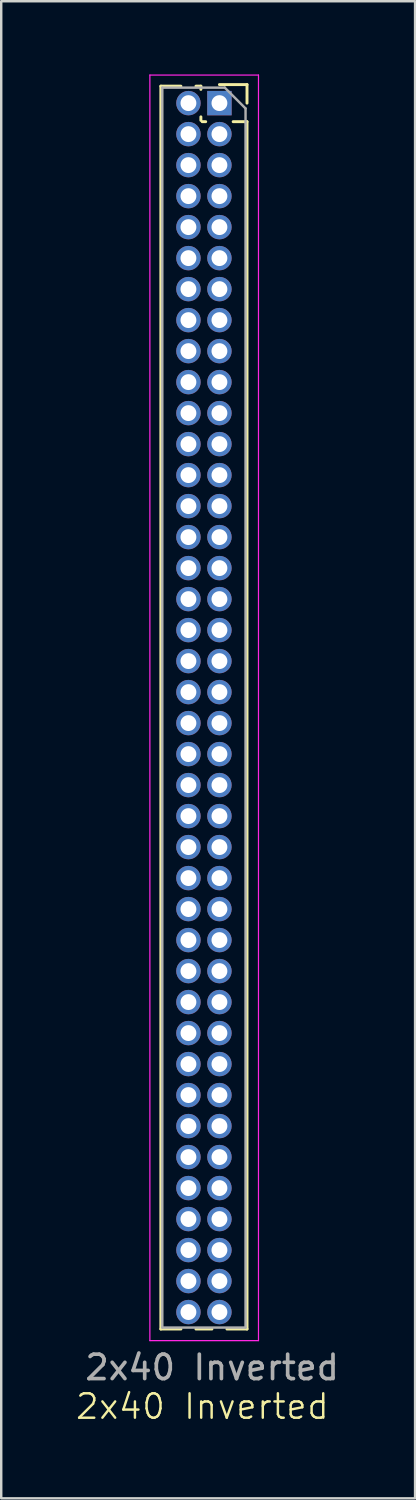
<source format=kicad_pcb>
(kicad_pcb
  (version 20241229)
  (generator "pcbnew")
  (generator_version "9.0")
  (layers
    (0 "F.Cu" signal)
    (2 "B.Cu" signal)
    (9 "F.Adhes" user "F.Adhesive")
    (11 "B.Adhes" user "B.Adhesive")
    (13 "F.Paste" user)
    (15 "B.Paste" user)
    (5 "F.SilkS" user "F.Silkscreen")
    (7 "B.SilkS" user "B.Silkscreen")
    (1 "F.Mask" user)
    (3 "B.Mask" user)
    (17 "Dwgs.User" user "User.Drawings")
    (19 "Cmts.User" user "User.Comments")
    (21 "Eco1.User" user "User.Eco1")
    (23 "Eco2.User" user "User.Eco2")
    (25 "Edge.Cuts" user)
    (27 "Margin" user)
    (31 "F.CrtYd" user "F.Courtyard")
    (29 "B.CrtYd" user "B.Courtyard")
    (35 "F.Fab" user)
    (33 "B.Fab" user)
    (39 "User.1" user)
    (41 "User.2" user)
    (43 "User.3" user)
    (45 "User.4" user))
  (footprint "2x40 Inverted"
    (layer "F.Cu")
    (at 5.29 25.175)
    (property "Reference" "2x40 Inverted" (at -0.05 29.4 0) (unlocked yes) (layer "F.SilkS") (effects (font (size 1 1) (thickness 0.1))))
    (attr through_hole)
    (fp_line (start -1.75 -24.695) (end -1.75 26.225) (stroke (width 0.12) (type solid)) (layer "F.SilkS"))
    (fp_line (start -0.928 -24.695) (end -1.75 -24.695) (stroke (width 0.12) (type solid)) (layer "F.SilkS"))
    (fp_line (start -0.928 26.225) (end -1.75 26.225) (stroke (width 0.12) (type solid)) (layer "F.SilkS"))
    (fp_line (start -0.11 -24.695) (end -0.312 -24.695) (stroke (width 0.12) (type solid)) (layer "F.SilkS"))
    (fp_line (start -0.11 -24.563) (end -0.11 -24.695) (stroke (width 0.12) (type solid)) (layer "F.SilkS"))
    (fp_line (start -0.11 -23.293) (end -0.11 -23.437) (stroke (width 0.12) (type solid)) (layer "F.SilkS"))
    (fp_line (start 0.087 -23.24) (end -0.057 -23.24) (stroke (width 0.12) (type solid)) (layer "F.SilkS"))
    (fp_line (start 0.342 26.225) (end -0.312 26.225) (stroke (width 0.12) (type solid)) (layer "F.SilkS"))
    (fp_line (start 1.78 -24.76) (end 0.65 -24.76) (stroke (width 0.12) (type solid)) (layer "F.SilkS"))
    (fp_line (start 1.78 -24) (end 1.78 -24.76) (stroke (width 0.12) (type solid)) (layer "F.SilkS"))
    (fp_line (start 1.78 -23.24) (end 1.213 -23.24) (stroke (width 0.12) (type solid)) (layer "F.SilkS"))
    (fp_line (start 1.78 -23.24) (end 1.78 26.225) (stroke (width 0.12) (type solid)) (layer "F.SilkS"))
    (fp_line (start 1.78 26.225) (end 0.958 26.225) (stroke (width 0.12) (type solid)) (layer "F.SilkS"))
    (fp_line (start -2.2 -25.15) (end 2.25 -25.15) (stroke (width 0.05) (type solid)) (layer "F.CrtYd"))
    (fp_line (start -2.2 26.7) (end -2.2 -25.15) (stroke (width 0.05) (type solid)) (layer "F.CrtYd"))
    (fp_line (start 2.25 -25.15) (end 2.25 26.7) (stroke (width 0.05) (type solid)) (layer "F.CrtYd"))
    (fp_line (start 2.25 26.7) (end -2.2 26.7) (stroke (width 0.05) (type solid)) (layer "F.CrtYd"))
    (fp_line (start -1.69 -24.635) (end -1.69 26.165) (stroke (width 0.1) (type solid)) (layer "F.Fab"))
    (fp_line (start -1.69 26.165) (end 1.72 26.165) (stroke (width 0.1) (type solid)) (layer "F.Fab"))
    (fp_line (start 0.868 -24.635) (end -1.69 -24.635) (stroke (width 0.1) (type solid)) (layer "F.Fab"))
    (fp_line (start 1.72 -23.782) (end 0.868 -24.635) (stroke (width 0.1) (type solid)) (layer "F.Fab"))
    (fp_line (start 1.72 26.165) (end 1.72 -23.782) (stroke (width 0.1) (type solid)) (layer "F.Fab"))
    (fp_text user "${REFERENCE}" (at 0.35 27.8 180) (layer "F.Fab") (effects (font (size 1 1) (thickness 0.15))))
    (pad "1" thru_hole rect (at 0.65 -24) (size 1 1) (drill 0.65) (layers "*.Cu" "*.Mask"))
    (pad "2" thru_hole oval (at -0.62 -24) (size 1 1) (drill 0.65) (layers "*.Cu" "*.Mask"))
    (pad "3" thru_hole oval (at 0.65 -22.73) (size 1 1) (drill 0.65) (layers "*.Cu" "*.Mask"))
    (pad "4" thru_hole oval (at -0.62 -22.73) (size 1 1) (drill 0.65) (layers "*.Cu" "*.Mask"))
    (pad "5" thru_hole oval (at 0.65 -21.46) (size 1 1) (drill 0.65) (layers "*.Cu" "*.Mask"))
    (pad "6" thru_hole oval (at -0.62 -21.46) (size 1 1) (drill 0.65) (layers "*.Cu" "*.Mask"))
    (pad "7" thru_hole oval (at 0.65 -20.19) (size 1 1) (drill 0.65) (layers "*.Cu" "*.Mask"))
    (pad "8" thru_hole oval (at -0.62 -20.19) (size 1 1) (drill 0.65) (layers "*.Cu" "*.Mask"))
    (pad "9" thru_hole oval (at 0.65 -18.92) (size 1 1) (drill 0.65) (layers "*.Cu" "*.Mask"))
    (pad "10" thru_hole oval (at -0.62 -18.92) (size 1 1) (drill 0.65) (layers "*.Cu" "*.Mask"))
    (pad "11" thru_hole oval (at 0.65 -17.65) (size 1 1) (drill 0.65) (layers "*.Cu" "*.Mask"))
    (pad "12" thru_hole oval (at -0.62 -17.65) (size 1 1) (drill 0.65) (layers "*.Cu" "*.Mask"))
    (pad "13" thru_hole oval (at 0.65 -16.38) (size 1 1) (drill 0.65) (layers "*.Cu" "*.Mask"))
    (pad "14" thru_hole oval (at -0.62 -16.38) (size 1 1) (drill 0.65) (layers "*.Cu" "*.Mask"))
    (pad "15" thru_hole oval (at 0.65 -15.11) (size 1 1) (drill 0.65) (layers "*.Cu" "*.Mask"))
    (pad "16" thru_hole oval (at -0.62 -15.11) (size 1 1) (drill 0.65) (layers "*.Cu" "*.Mask"))
    (pad "17" thru_hole oval (at 0.65 -13.84) (size 1 1) (drill 0.65) (layers "*.Cu" "*.Mask"))
    (pad "18" thru_hole oval (at -0.62 -13.84) (size 1 1) (drill 0.65) (layers "*.Cu" "*.Mask"))
    (pad "19" thru_hole oval (at 0.65 -12.57) (size 1 1) (drill 0.65) (layers "*.Cu" "*.Mask"))
    (pad "20" thru_hole oval (at -0.62 -12.57) (size 1 1) (drill 0.65) (layers "*.Cu" "*.Mask"))
    (pad "21" thru_hole oval (at 0.65 -11.3) (size 1 1) (drill 0.65) (layers "*.Cu" "*.Mask"))
    (pad "22" thru_hole oval (at -0.62 -11.3) (size 1 1) (drill 0.65) (layers "*.Cu" "*.Mask"))
    (pad "23" thru_hole oval (at 0.65 -10.03) (size 1 1) (drill 0.65) (layers "*.Cu" "*.Mask"))
    (pad "24" thru_hole oval (at -0.62 -10.03) (size 1 1) (drill 0.65) (layers "*.Cu" "*.Mask"))
    (pad "25" thru_hole oval (at 0.65 -8.76) (size 1 1) (drill 0.65) (layers "*.Cu" "*.Mask"))
    (pad "26" thru_hole oval (at -0.62 -8.76) (size 1 1) (drill 0.65) (layers "*.Cu" "*.Mask"))
    (pad "27" thru_hole oval (at 0.65 -7.49) (size 1 1) (drill 0.65) (layers "*.Cu" "*.Mask"))
    (pad "28" thru_hole oval (at -0.62 -7.49) (size 1 1) (drill 0.65) (layers "*.Cu" "*.Mask"))
    (pad "29" thru_hole oval (at 0.65 -6.22) (size 1 1) (drill 0.65) (layers "*.Cu" "*.Mask"))
    (pad "30" thru_hole oval (at -0.62 -6.22) (size 1 1) (drill 0.65) (layers "*.Cu" "*.Mask"))
    (pad "31" thru_hole oval (at 0.65 -4.95) (size 1 1) (drill 0.65) (layers "*.Cu" "*.Mask"))
    (pad "32" thru_hole oval (at -0.62 -4.95) (size 1 1) (drill 0.65) (layers "*.Cu" "*.Mask"))
    (pad "33" thru_hole oval (at 0.65 -3.68) (size 1 1) (drill 0.65) (layers "*.Cu" "*.Mask"))
    (pad "34" thru_hole oval (at -0.62 -3.68) (size 1 1) (drill 0.65) (layers "*.Cu" "*.Mask"))
    (pad "35" thru_hole oval (at 0.65 -2.41) (size 1 1) (drill 0.65) (layers "*.Cu" "*.Mask"))
    (pad "36" thru_hole oval (at -0.62 -2.41) (size 1 1) (drill 0.65) (layers "*.Cu" "*.Mask"))
    (pad "37" thru_hole oval (at 0.65 -1.14) (size 1 1) (drill 0.65) (layers "*.Cu" "*.Mask"))
    (pad "38" thru_hole oval (at -0.62 -1.14) (size 1 1) (drill 0.65) (layers "*.Cu" "*.Mask"))
    (pad "39" thru_hole oval (at 0.65 0.13) (size 1 1) (drill 0.65) (layers "*.Cu" "*.Mask"))
    (pad "40" thru_hole oval (at -0.62 0.13) (size 1 1) (drill 0.65) (layers "*.Cu" "*.Mask"))
    (pad "41" thru_hole oval (at 0.65 1.4) (size 1 1) (drill 0.65) (layers "*.Cu" "*.Mask"))
    (pad "42" thru_hole oval (at -0.62 1.4) (size 1 1) (drill 0.65) (layers "*.Cu" "*.Mask"))
    (pad "43" thru_hole oval (at 0.65 2.67) (size 1 1) (drill 0.65) (layers "*.Cu" "*.Mask"))
    (pad "44" thru_hole oval (at -0.62 2.67) (size 1 1) (drill 0.65) (layers "*.Cu" "*.Mask"))
    (pad "45" thru_hole oval (at 0.65 3.94) (size 1 1) (drill 0.65) (layers "*.Cu" "*.Mask"))
    (pad "46" thru_hole oval (at -0.62 3.94) (size 1 1) (drill 0.65) (layers "*.Cu" "*.Mask"))
    (pad "47" thru_hole oval (at 0.65 5.21) (size 1 1) (drill 0.65) (layers "*.Cu" "*.Mask"))
    (pad "48" thru_hole oval (at -0.62 5.21) (size 1 1) (drill 0.65) (layers "*.Cu" "*.Mask"))
    (pad "49" thru_hole oval (at 0.65 6.48) (size 1 1) (drill 0.65) (layers "*.Cu" "*.Mask"))
    (pad "50" thru_hole oval (at -0.62 6.48) (size 1 1) (drill 0.65) (layers "*.Cu" "*.Mask"))
    (pad "51" thru_hole oval (at 0.65 7.75) (size 1 1) (drill 0.65) (layers "*.Cu" "*.Mask"))
    (pad "52" thru_hole oval (at -0.62 7.75) (size 1 1) (drill 0.65) (layers "*.Cu" "*.Mask"))
    (pad "53" thru_hole oval (at 0.65 9.02) (size 1 1) (drill 0.65) (layers "*.Cu" "*.Mask"))
    (pad "54" thru_hole oval (at -0.62 9.02) (size 1 1) (drill 0.65) (layers "*.Cu" "*.Mask"))
    (pad "55" thru_hole oval (at 0.65 10.29) (size 1 1) (drill 0.65) (layers "*.Cu" "*.Mask"))
    (pad "56" thru_hole oval (at -0.62 10.29) (size 1 1) (drill 0.65) (layers "*.Cu" "*.Mask"))
    (pad "57" thru_hole oval (at 0.65 11.56) (size 1 1) (drill 0.65) (layers "*.Cu" "*.Mask"))
    (pad "58" thru_hole oval (at -0.62 11.56) (size 1 1) (drill 0.65) (layers "*.Cu" "*.Mask"))
    (pad "59" thru_hole oval (at 0.65 12.83) (size 1 1) (drill 0.65) (layers "*.Cu" "*.Mask"))
    (pad "60" thru_hole oval (at -0.62 12.83) (size 1 1) (drill 0.65) (layers "*.Cu" "*.Mask"))
    (pad "61" thru_hole oval (at 0.65 14.1) (size 1 1) (drill 0.65) (layers "*.Cu" "*.Mask"))
    (pad "62" thru_hole oval (at -0.62 14.1) (size 1 1) (drill 0.65) (layers "*.Cu" "*.Mask"))
    (pad "63" thru_hole oval (at 0.65 15.37) (size 1 1) (drill 0.65) (layers "*.Cu" "*.Mask"))
    (pad "64" thru_hole oval (at -0.62 15.37) (size 1 1) (drill 0.65) (layers "*.Cu" "*.Mask"))
    (pad "65" thru_hole oval (at 0.65 16.64) (size 1 1) (drill 0.65) (layers "*.Cu" "*.Mask"))
    (pad "66" thru_hole oval (at -0.62 16.64) (size 1 1) (drill 0.65) (layers "*.Cu" "*.Mask"))
    (pad "67" thru_hole oval (at 0.65 17.91) (size 1 1) (drill 0.65) (layers "*.Cu" "*.Mask"))
    (pad "68" thru_hole oval (at -0.62 17.91) (size 1 1) (drill 0.65) (layers "*.Cu" "*.Mask"))
    (pad "69" thru_hole oval (at 0.65 19.18) (size 1 1) (drill 0.65) (layers "*.Cu" "*.Mask"))
    (pad "70" thru_hole oval (at -0.62 19.18) (size 1 1) (drill 0.65) (layers "*.Cu" "*.Mask"))
    (pad "71" thru_hole oval (at 0.65 20.45) (size 1 1) (drill 0.65) (layers "*.Cu" "*.Mask"))
    (pad "72" thru_hole oval (at -0.62 20.45) (size 1 1) (drill 0.65) (layers "*.Cu" "*.Mask"))
    (pad "73" thru_hole oval (at 0.65 21.72) (size 1 1) (drill 0.65) (layers "*.Cu" "*.Mask"))
    (pad "74" thru_hole oval (at -0.62 21.72) (size 1 1) (drill 0.65) (layers "*.Cu" "*.Mask"))
    (pad "75" thru_hole oval (at 0.65 22.99) (size 1 1) (drill 0.65) (layers "*.Cu" "*.Mask"))
    (pad "76" thru_hole oval (at -0.62 22.99) (size 1 1) (drill 0.65) (layers "*.Cu" "*.Mask"))
    (pad "77" thru_hole oval (at 0.65 24.26) (size 1 1) (drill 0.65) (layers "*.Cu" "*.Mask"))
    (pad "78" thru_hole oval (at -0.62 24.26) (size 1 1) (drill 0.65) (layers "*.Cu" "*.Mask"))
    (pad "79" thru_hole oval (at 0.65 25.53) (size 1 1) (drill 0.65) (layers "*.Cu" "*.Mask"))
    (pad "80" thru_hole oval (at -0.62 25.53) (size 1 1) (drill 0.65) (layers "*.Cu" "*.Mask")))
  (gr_rect
    (start -3 -3)
    (end 13.956 58.336)
    (stroke (width 0.1) (type default))
    (fill no)
    (layer "Edge.Cuts")))
</source>
